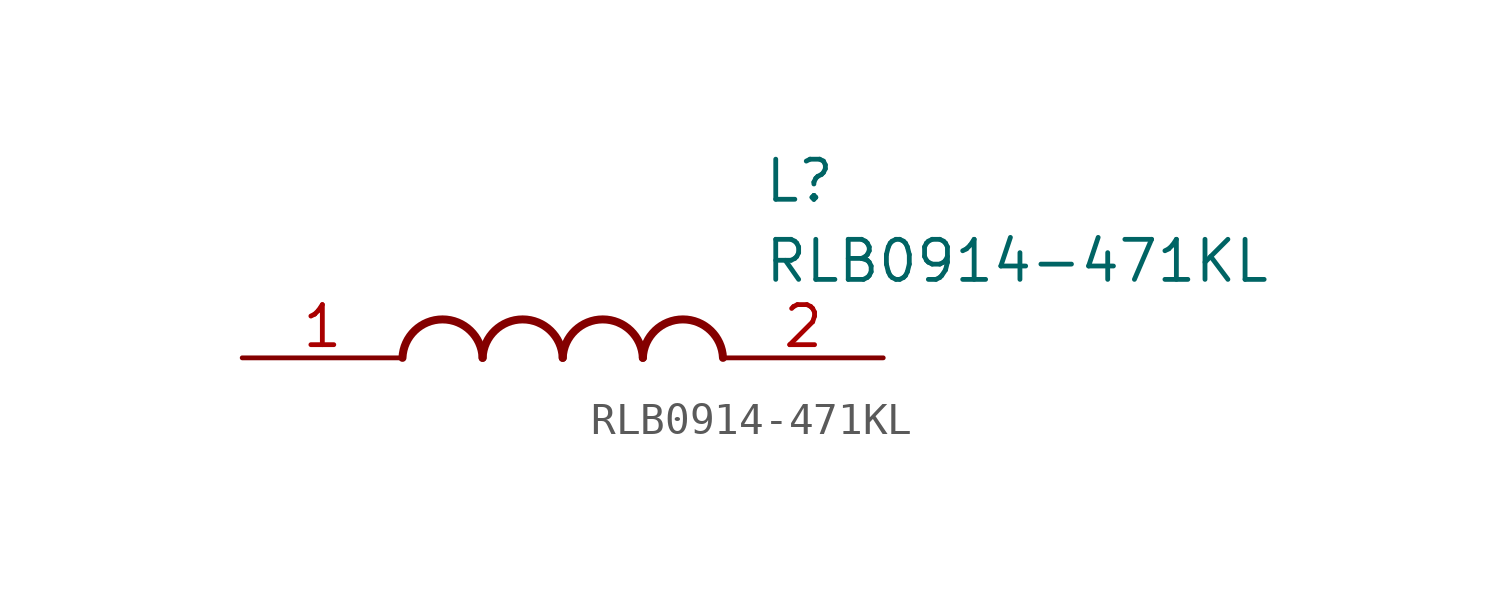
<source format=kicad_sym>
(kicad_symbol_lib
  (version 20211014)
  (generator SamacSys_ECAD_Model)
  (symbol "RLB0914-471KL"
    (pin_names hide)
    (property "Reference" "L"
      (at 16.51 6.35 0)
      (effects (font (size 1.27 1.27)) (justify left top)))
    (property "Value" "RLB0914-471KL"
      (at 16.51 3.81 0)
      (effects (font (size 1.27 1.27)) (justify left top)))
    (arc
      (start 7.62 0)
      (mid 6.35 1.219)
      (end 5.08 0)
      (stroke (width 0.254) (type default))
      (fill (type none)))
    (arc
      (start 10.16 0)
      (mid 8.89 1.219)
      (end 7.62 0)
      (stroke (width 0.254) (type default))
      (fill (type none)))
    (arc
      (start 12.7 0)
      (mid 11.43 1.219)
      (end 10.16 0)
      (stroke (width 0.254) (type default))
      (fill (type none)))
    (arc
      (start 15.24 0)
      (mid 13.97 1.219)
      (end 12.7 0)
      (stroke (width 0.254) (type default))
      (fill (type none)))
    (pin passive line
      (at 0 0 0)
      (length 5.08)
      (name "1" (effects (font (size 1.27 1.27))))
      (number "1" (effects (font (size 1.27 1.27)))))
    (pin passive line
      (at 20.32 0 180)
      (length 5.08)
      (name "2" (effects (font (size 1.27 1.27))))
      (number "2" (effects (font (size 1.27 1.27)))))))
</source>
